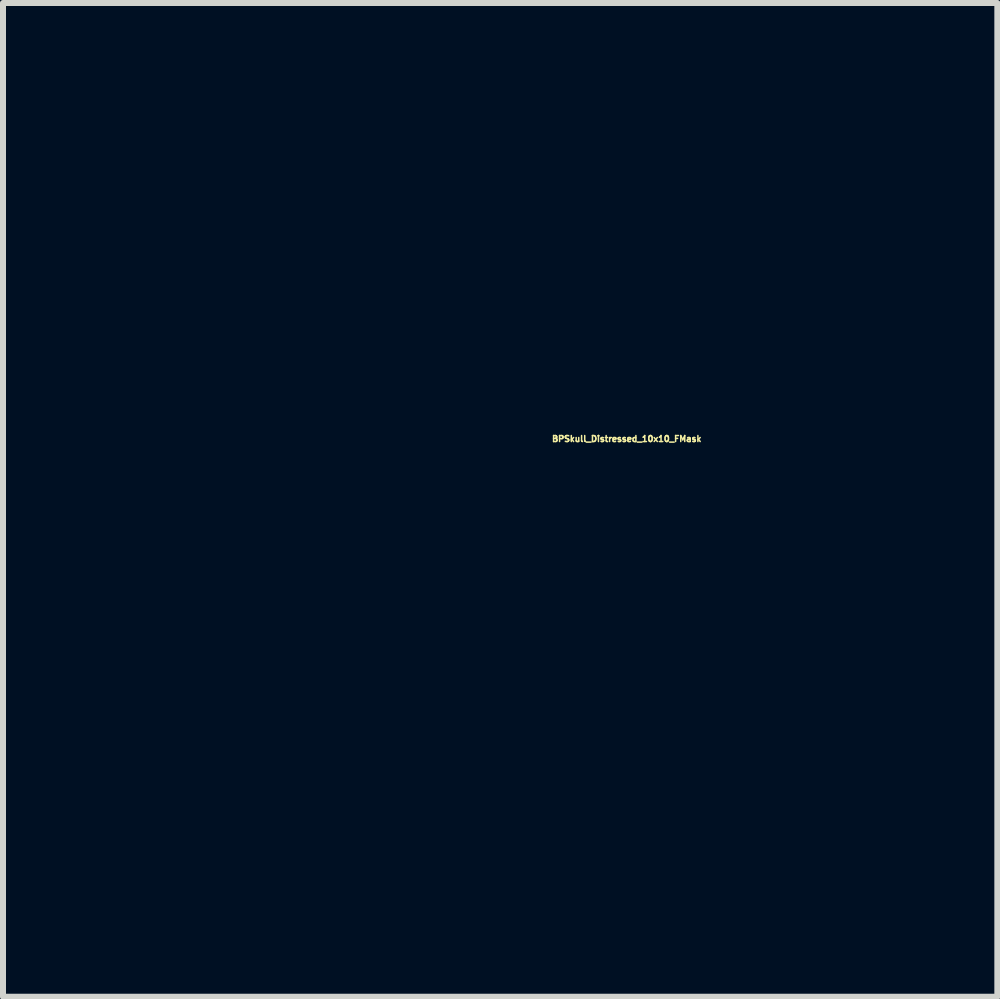
<source format=kicad_pcb>
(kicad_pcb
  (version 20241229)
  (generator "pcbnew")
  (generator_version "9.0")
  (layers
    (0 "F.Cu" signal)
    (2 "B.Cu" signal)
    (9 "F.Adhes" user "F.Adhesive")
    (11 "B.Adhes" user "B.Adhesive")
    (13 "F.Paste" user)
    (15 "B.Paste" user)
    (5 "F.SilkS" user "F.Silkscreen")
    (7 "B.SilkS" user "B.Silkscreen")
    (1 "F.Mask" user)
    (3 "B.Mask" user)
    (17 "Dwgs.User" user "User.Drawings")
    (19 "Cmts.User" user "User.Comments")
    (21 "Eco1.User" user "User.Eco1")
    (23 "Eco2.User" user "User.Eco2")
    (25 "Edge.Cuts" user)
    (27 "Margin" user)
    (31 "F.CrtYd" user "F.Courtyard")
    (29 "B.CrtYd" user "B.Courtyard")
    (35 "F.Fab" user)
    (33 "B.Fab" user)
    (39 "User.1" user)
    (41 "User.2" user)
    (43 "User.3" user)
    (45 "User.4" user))
  (footprint "BPSkull_Distressed_10x10_FMask"
    (layer "F.Cu")
    (at 5.259 5.278)
    (property "Reference" "BPSkull_Distressed_10x10_FMask" (at 2.134 -1.016 0) (layer "F.SilkS") (effects (font (size 0.1 0.1) (thickness 0.025))))
    (attr through_hole)
    (fp_poly (pts (xy -2.543 -0.958) (xy -2.4 -0.861) (xy -2.374 -0.842) (xy -2.13 -0.66) (xy -2.11 -0.828) (xy -2.09 -0.937) (xy -2.057 -0.987) (xy -2.012 -0.996) (xy -1.968 -0.987) (xy -1.942 -0.945) (xy -1.928 -0.854) (xy -1.922 -0.766) (xy -1.911 -0.536) (xy -1.662 -0.559) (xy -1.515 -0.569) (xy -1.425 -0.56) (xy -1.373 -0.532) (xy -1.363 -0.522) (xy -1.335 -0.448) (xy -1.355 -0.397) (xy -1.393 -0.362) (xy -1.463 -0.345) (xy -1.584 -0.343) (xy -1.656 -0.346) (xy -1.915 -0.36) (xy -1.915 -0.165) (xy -1.928 -0.023) (xy -1.963 0.068) (xy -2.015 0.097) (xy -2.064 0.069) (xy -2.096 0.000428) (xy -2.11 -0.102) (xy -2.11 -0.106) (xy -2.115 -0.193) (xy -2.128 -0.234) (xy -2.13 -0.234) (xy -2.168 -0.213) (xy -2.252 -0.156) (xy -2.365 -0.075) (xy -2.388 -0.059) (xy -2.521 0.037) (xy -2.606 0.092) (xy -2.659 0.112) (xy -2.693 0.105) (xy -2.709 0.091) (xy -2.724 0.04) (xy -2.733 -0.062) (xy -2.735 -0.147) (xy -2.735 -0.359) (xy -2.98 -0.351) (xy -3.145 -0.346) (xy -3.247 -0.348) (xy -3.3 -0.363) (xy -3.318 -0.393) (xy -3.316 -0.445) (xy -3.315 -0.45) (xy -2.54 -0.45) (xy -2.537 -0.31) (xy -2.521 -0.237) (xy -2.479 -0.226) (xy -2.4 -0.274) (xy -2.291 -0.361) (xy -2.18 -0.453) (xy -2.311 -0.552) (xy -2.429 -0.639) (xy -2.498 -0.674) (xy -2.53 -0.652) (xy -2.539 -0.565) (xy -2.54 -0.45) (xy -3.315 -0.45) (xy -3.314 -0.459) (xy -3.302 -0.567) (xy -2.735 -0.539) (xy -2.735 -0.759) (xy -2.728 -0.9) (xy -2.699 -0.979) (xy -2.64 -0.998) (xy -2.543 -0.958)) (stroke (width 0.01) (type solid)) (fill yes) (layer "F.Mask"))
    (fp_poly (pts (xy -0.127 -5.271) (xy 0.139 -5.264) (xy 0.175 -5.263) (xy 0.485 -5.253) (xy 0.737 -5.239) (xy 0.95 -5.22) (xy 1.146 -5.19) (xy 1.344 -5.149) (xy 1.564 -5.093) (xy 1.817 -5.021) (xy 2.336 -4.833) (xy 2.85 -4.577) (xy 3.345 -4.262) (xy 3.806 -3.895) (xy 3.974 -3.741) (xy 4.235 -3.479) (xy 4.437 -3.257) (xy 4.579 -3.075) (xy 4.658 -2.936) (xy 4.675 -2.84) (xy 4.674 -2.837) (xy 4.667 -2.748) (xy 4.699 -2.714) (xy 4.75 -2.738) (xy 4.785 -2.741) (xy 4.83 -2.693) (xy 4.894 -2.587) (xy 4.94 -2.497) (xy 5.006 -2.353) (xy 5.056 -2.224) (xy 5.079 -2.135) (xy 5.08 -2.124) (xy 5.093 -2.054) (xy 5.116 -2.032) (xy 5.146 -1.996) (xy 5.18 -1.896) (xy 5.215 -1.75) (xy 5.249 -1.571) (xy 5.277 -1.374) (xy 5.298 -1.175) (xy 5.303 -1.094) (xy 5.302 -0.761) (xy 5.26 -0.466) (xy 5.179 -0.222) (xy 5.112 -0.103) (xy 5.049 -0.023) (xy 4.947 0.096) (xy 4.824 0.233) (xy 4.741 0.322) (xy 4.623 0.45) (xy 4.529 0.559) (xy 4.47 0.635) (xy 4.455 0.664) (xy 4.429 0.698) (xy 4.349 0.69) (xy 4.211 0.639) (xy 4.015 0.545) (xy 3.862 0.464) (xy 3.768 0.399) (xy 3.725 0.33) (xy 3.724 0.238) (xy 3.754 0.103) (xy 3.771 0.039) (xy 3.801 -0.156) (xy 4.885 -0.156) (xy 4.914 -0.118) (xy 4.924 -0.117) (xy 4.962 -0.147) (xy 4.963 -0.156) (xy 4.933 -0.194) (xy 4.924 -0.195) (xy 4.886 -0.166) (xy 4.885 -0.156) (xy 3.801 -0.156) (xy 3.825 -0.306) (xy 3.809 -0.664) (xy 3.729 -1.019) (xy 3.706 -1.075) (xy 5.119 -1.075) (xy 5.139 -1.055) (xy 5.158 -1.075) (xy 5.139 -1.094) (xy 5.119 -1.075) (xy 3.706 -1.075) (xy 3.589 -1.358) (xy 3.392 -1.665) (xy 3.279 -1.792) (xy 4.402 -1.792) (xy 4.406 -1.753) (xy 4.454 -1.667) (xy 4.545 -1.538) (xy 4.553 -1.528) (xy 4.67 -1.391) (xy 4.767 -1.309) (xy 4.839 -1.286) (xy 4.87 -1.316) (xy 4.976 -1.316) (xy 4.981 -1.292) (xy 5.002 -1.29) (xy 5.034 -1.304) (xy 5.028 -1.316) (xy 4.982 -1.32) (xy 4.976 -1.316) (xy 4.87 -1.316) (xy 4.879 -1.324) (xy 4.885 -1.371) (xy 4.855 -1.451) (xy 4.787 -1.535) (xy 4.706 -1.592) (xy 4.672 -1.601) (xy 4.622 -1.627) (xy 4.545 -1.689) (xy 4.526 -1.707) (xy 4.441 -1.779) (xy 4.402 -1.792) (xy 3.279 -1.792) (xy 3.245 -1.831) (xy 3.202 -1.869) (xy 4.537 -1.869) (xy 4.565 -1.842) (xy 4.572 -1.837) (xy 4.631 -1.802) (xy 4.649 -1.813) (xy 4.65 -1.837) (xy 4.618 -1.869) (xy 4.582 -1.875) (xy 4.537 -1.869) (xy 3.202 -1.869) (xy 3.106 -1.953) (xy 2.947 -2.07) (xy 2.85 -2.13) (xy 2.745 -2.184) (xy 2.654 -2.219) (xy 2.553 -2.237) (xy 2.419 -2.245) (xy 2.247 -2.247) (xy 2.061 -2.245) (xy 1.932 -2.236) (xy 1.836 -2.217) (xy 1.751 -2.183) (xy 1.676 -2.141) (xy 1.56 -2.059) (xy 1.422 -1.941) (xy 1.29 -1.812) (xy 1.278 -1.799) (xy 1.173 -1.69) (xy 1.085 -1.608) (xy 1.031 -1.566) (xy 1.023 -1.563) (xy 0.981 -1.591) (xy 0.897 -1.667) (xy 0.778 -1.783) (xy 0.634 -1.93) (xy 0.473 -2.097) (xy 0.305 -2.276) (xy 0.137 -2.457) (xy -0.02 -2.632) (xy -0.128 -2.755) (xy 0.656 -2.755) (xy 0.668 -2.685) (xy 0.673 -2.672) (xy 0.708 -2.613) (xy 0.75 -2.611) (xy 0.807 -2.645) (xy 0.87 -2.694) (xy 0.872 -2.734) (xy 0.837 -2.778) (xy 0.774 -2.825) (xy 0.708 -2.807) (xy 0.703 -2.804) (xy 0.656 -2.755) (xy -0.128 -2.755) (xy -0.158 -2.79) (xy -0.192 -2.829) (xy 2.23 -2.829) (xy 2.244 -2.797) (xy 2.289 -2.758) (xy 2.353 -2.722) (xy 2.381 -2.719) (xy 2.367 -2.752) (xy 2.322 -2.791) (xy 2.258 -2.827) (xy 2.23 -2.829) (xy -0.192 -2.829) (xy -0.224 -2.868) (xy -0.275 -2.931) (xy 4.181 -2.931) (xy 4.196 -2.899) (xy 4.207 -2.905) (xy 4.212 -2.951) (xy 4.207 -2.957) (xy 4.184 -2.951) (xy 4.181 -2.931) (xy -0.275 -2.931) (xy -0.386 -3.068) (xy -0.117 -3.068) (xy -0.098 -3.048) (xy -0.078 -3.068) (xy -0.098 -3.087) (xy -0.117 -3.068) (xy -0.386 -3.068) (xy -0.423 -3.113) (xy -0.479 -3.185) (xy 2.007 -3.185) (xy 2.009 -3.098) (xy 2.011 -3.091) (xy 2.051 -3.02) (xy 2.104 -3.024) (xy 2.153 -3.072) (xy 2.182 -3.127) (xy 2.15 -3.174) (xy 2.13 -3.189) (xy 2.052 -3.219) (xy 2.007 -3.185) (xy -0.479 -3.185) (xy -0.51 -3.224) (xy 4.377 -3.224) (xy 4.396 -3.204) (xy 4.416 -3.224) (xy 4.396 -3.243) (xy 4.377 -3.224) (xy -0.51 -3.224) (xy -0.626 -3.372) (xy -0.665 -3.423) (xy 1.731 -3.423) (xy 1.758 -3.4) (xy 1.821 -3.365) (xy 1.829 -3.378) (xy 1.824 -3.387) (xy 2.631 -3.387) (xy 2.637 -3.363) (xy 2.657 -3.361) (xy 2.689 -3.375) (xy 2.683 -3.387) (xy 2.637 -3.391) (xy 2.631 -3.387) (xy 1.824 -3.387) (xy 1.817 -3.4) (xy 1.76 -3.437) (xy 1.746 -3.438) (xy 1.731 -3.423) (xy -0.665 -3.423) (xy -0.797 -3.597) (xy 0.279 -3.597) (xy 0.292 -3.558) (xy 0.341 -3.534) (xy 0.358 -3.54) (xy 0.374 -3.582) (xy 0.356 -3.607) (xy 0.303 -3.629) (xy 0.279 -3.597) (xy -0.797 -3.597) (xy -0.829 -3.638) (xy -0.856 -3.674) (xy 1.416 -3.674) (xy 1.458 -3.625) (xy 1.466 -3.619) (xy 1.542 -3.586) (xy 1.607 -3.591) (xy 1.634 -3.63) (xy 1.631 -3.646) (xy 1.579 -3.714) (xy 1.504 -3.743) (xy 1.439 -3.721) (xy 1.416 -3.674) (xy -0.856 -3.674) (xy -0.968 -3.826) (xy -0.272 -3.826) (xy -0.259 -3.77) (xy -0.22 -3.729) (xy -0.194 -3.733) (xy -0.176 -3.777) (xy -0.199 -3.814) (xy -0.251 -3.853) (xy -0.272 -3.826) (xy -0.968 -3.826) (xy -1.024 -3.902) (xy -1.07 -3.966) (xy -0.313 -3.966) (xy -0.293 -3.947) (xy -0.274 -3.966) (xy -0.293 -3.986) (xy -0.313 -3.966) (xy -1.07 -3.966) (xy -1.114 -4.027) (xy 2.831 -4.027) (xy 2.841 -4.011) (xy 2.897 -3.987) (xy 2.93 -4.029) (xy 2.931 -4.044) (xy 2.911 -4.096) (xy 2.894 -4.103) (xy 2.843 -4.077) (xy 2.831 -4.027) (xy -1.114 -4.027) (xy -1.206 -4.155) (xy -1.22 -4.175) (xy -0.026 -4.175) (xy -0.014 -4.123) (xy 0.041 -4.073) (xy 0.13 -4.072) (xy 0.19 -4.099) (xy 0.222 -4.142) (xy 0.199 -4.213) (xy 0.198 -4.215) (xy 0.131 -4.284) (xy 0.056 -4.293) (xy -0.004 -4.253) (xy -0.026 -4.175) (xy -1.22 -4.175) (xy -1.298 -4.287) (xy -0.752 -4.287) (xy -0.716 -4.24) (xy -0.711 -4.236) (xy -0.641 -4.208) (xy -0.583 -4.217) (xy -0.566 -4.257) (xy -0.573 -4.273) (xy -0.632 -4.364) (xy -0.676 -4.389) (xy -0.719 -4.356) (xy -0.724 -4.349) (xy -0.752 -4.287) (xy -1.298 -4.287) (xy -1.37 -4.39) (xy -1.475 -4.548) (xy -1.003 -4.548) (xy -0.996 -4.533) (xy -0.961 -4.496) (xy -0.955 -4.494) (xy -0.938 -4.524) (xy -0.938 -4.533) (xy -0.952 -4.55) (xy 2.203 -4.55) (xy 2.228 -4.481) (xy 2.249 -4.458) (xy 2.332 -4.398) (xy 2.389 -4.411) (xy 2.415 -4.482) (xy 2.398 -4.554) (xy 2.338 -4.585) (xy 2.243 -4.59) (xy 2.203 -4.55) (xy -0.952 -4.55) (xy -0.968 -4.57) (xy -0.979 -4.572) (xy -1.003 -4.548) (xy -1.475 -4.548) (xy -1.509 -4.599) (xy -1.617 -4.772) (xy -1.689 -4.902) (xy -1.719 -4.98) (xy -1.719 -4.986) (xy -1.716 -5.017) (xy -1.697 -5.042) (xy -1.653 -5.064) (xy -1.571 -5.089) (xy -1.44 -5.119) (xy -1.249 -5.158) (xy -1.129 -5.181) (xy -0.943 -5.217) (xy -0.789 -5.243) (xy -0.648 -5.26) (xy -0.503 -5.27) (xy -0.335 -5.273) (xy -0.127 -5.271)) (stroke (width 0.01) (type solid)) (fill yes) (layer "F.Mask"))
    (fp_poly (pts (xy -2.439 -4.757) (xy -2.413 -4.72) (xy -2.354 -4.628) (xy -2.271 -4.497) (xy -2.172 -4.337) (xy -2.152 -4.306) (xy -2.02 -4.1) (xy -1.86 -3.862) (xy -1.693 -3.622) (xy -1.543 -3.415) (xy -1.41 -3.233) (xy -1.319 -3.104) (xy -1.267 -3.016) (xy -1.247 -2.962) (xy -1.255 -2.932) (xy -1.266 -2.923) (xy -1.309 -2.869) (xy -1.327 -2.792) (xy -1.317 -2.724) (xy -1.28 -2.697) (xy -1.184 -2.731) (xy -1.129 -2.804) (xy -1.1 -2.8) (xy -1.037 -2.745) (xy -0.954 -2.649) (xy -0.938 -2.629) (xy -0.759 -2.411) (xy -0.539 -2.157) (xy -0.291 -1.884) (xy -0.032 -1.609) (xy 0.223 -1.349) (xy 0.457 -1.119) (xy 0.612 -0.975) (xy 0.719 -0.876) (xy 0.781 -0.797) (xy 0.814 -0.71) (xy 0.834 -0.586) (xy 0.838 -0.545) (xy 0.913 -0.113) (xy 1.039 0.265) (xy 1.214 0.588) (xy 1.435 0.853) (xy 1.702 1.057) (xy 2.013 1.198) (xy 2.214 1.251) (xy 2.499 1.273) (xy 2.777 1.223) (xy 3.058 1.099) (xy 3.07 1.093) (xy 3.273 0.976) (xy 3.572 1.118) (xy 3.87 1.26) (xy 3.749 1.46) (xy 3.594 1.737) (xy 3.474 1.993) (xy 3.387 2.246) (xy 3.328 2.514) (xy 3.293 2.814) (xy 3.277 3.164) (xy 3.275 3.4) (xy 3.272 3.694) (xy 3.263 3.917) (xy 3.247 4.072) (xy 3.224 4.166) (xy 3.224 4.168) (xy 3.185 4.232) (xy 3.117 4.298) (xy 3.007 4.376) (xy 2.844 4.475) (xy 2.749 4.529) (xy 2.583 4.62) (xy 2.44 4.695) (xy 2.335 4.747) (xy 2.281 4.767) (xy 2.28 4.767) (xy 2.259 4.735) (xy 2.242 4.635) (xy 2.23 4.464) (xy 2.221 4.243) (xy 2.214 4.024) (xy 2.205 3.869) (xy 2.191 3.761) (xy 2.171 3.686) (xy 2.141 3.629) (xy 2.126 3.608) (xy 2.013 3.514) (xy 1.979 3.506) (xy 2.508 3.506) (xy 2.528 3.531) (xy 2.586 3.546) (xy 2.639 3.504) (xy 2.648 3.485) (xy 2.629 3.448) (xy 2.582 3.439) (xy 2.512 3.458) (xy 2.508 3.506) (xy 1.979 3.506) (xy 1.876 3.481) (xy 1.734 3.506) (xy 1.607 3.587) (xy 1.537 3.681) (xy 1.51 3.742) (xy 1.491 3.819) (xy 1.478 3.925) (xy 1.471 4.074) (xy 1.467 4.279) (xy 1.466 4.455) (xy 1.465 5.1) (xy 1.075 5.188) (xy 0.89 5.225) (xy 0.717 5.252) (xy 0.579 5.265) (xy 0.528 5.266) (xy 0.371 5.256) (xy 0.37 4.766) (xy 0.368 4.552) (xy 0.361 4.4) (xy 0.347 4.292) (xy 0.325 4.212) (xy 0.291 4.143) (xy 0.29 4.141) (xy 0.183 4.019) (xy 0.054 3.957) (xy -0.082 3.958) (xy -0.204 4.023) (xy -0.263 4.092) (xy -0.293 4.152) (xy -0.314 4.237) (xy -0.329 4.36) (xy -0.339 4.535) (xy -0.346 4.736) (xy -0.359 5.275) (xy -0.522 5.272) (xy -0.653 5.262) (xy -0.815 5.238) (xy -0.918 5.218) (xy -1.072 5.183) (xy -1.216 5.149) (xy -1.29 5.131) (xy -1.426 5.095) (xy -1.449 4.449) (xy -1.46 4.193) (xy -1.472 4.001) (xy -1.488 3.86) (xy -1.508 3.756) (xy -1.535 3.676) (xy -1.547 3.651) (xy -1.603 3.552) (xy -1.666 3.505) (xy -1.766 3.487) (xy -1.786 3.485) (xy -1.935 3.489) (xy -2.048 3.529) (xy -2.129 3.612) (xy -2.184 3.747) (xy -2.215 3.942) (xy -2.227 4.204) (xy -2.227 4.294) (xy -2.227 4.765) (xy -2.335 4.725) (xy -2.461 4.669) (xy -2.613 4.589) (xy -2.775 4.495) (xy -2.933 4.396) (xy -3.07 4.303) (xy -3.171 4.224) (xy -3.221 4.17) (xy -3.224 4.163) (xy -3.23 4.1) (xy -3.237 3.972) (xy -3.244 3.795) (xy -3.25 3.582) (xy -3.255 3.393) (xy -1.309 3.393) (xy -1.297 3.431) (xy -1.243 3.502) (xy -1.204 3.544) (xy -1.103 3.638) (xy -1.038 3.673) (xy -1.016 3.647) (xy -1.016 3.647) (xy -1.042 3.604) (xy -1.105 3.538) (xy -1.185 3.469) (xy -1.258 3.413) (xy -1.304 3.391) (xy -1.309 3.393) (xy -3.255 3.393) (xy -3.255 3.385) (xy 1.655 3.385) (xy 1.661 3.4) (xy 1.696 3.437) (xy 1.702 3.439) (xy 1.719 3.409) (xy 1.719 3.4) (xy 1.689 3.362) (xy 1.678 3.361) (xy 1.655 3.385) (xy -3.255 3.385) (xy -3.255 3.38) (xy -3.261 3.127) (xy -3.262 3.092) (xy -1.829 3.092) (xy -1.796 3.156) (xy -1.71 3.243) (xy -1.622 3.32) (xy -1.57 3.352) (xy -1.532 3.349) (xy -1.502 3.331) (xy -1.479 3.304) (xy -1.244 3.304) (xy -1.23 3.319) (xy -1.204 3.32) (xy -1.132 3.3) (xy -1.112 3.28) (xy -1.097 3.23) (xy -1.134 3.226) (xy -1.195 3.262) (xy -1.244 3.304) (xy -1.479 3.304) (xy -1.437 3.255) (xy -1.439 3.174) (xy -1.463 3.146) (xy 1.719 3.146) (xy 1.739 3.165) (xy 1.758 3.146) (xy 1.739 3.126) (xy 1.719 3.146) (xy -1.463 3.146) (xy -1.497 3.104) (xy -1.602 3.058) (xy -1.693 3.048) (xy -1.795 3.058) (xy -1.829 3.092) (xy -3.262 3.092) (xy -3.268 2.934) (xy -3.269 2.919) (xy 2.309 2.919) (xy 2.327 2.93) (xy 2.345 2.931) (xy 2.383 2.901) (xy 2.384 2.892) (xy 2.416 2.86) (xy 2.462 2.853) (xy 2.525 2.829) (xy 2.535 2.773) (xy 2.489 2.713) (xy 2.465 2.698) (xy 2.41 2.682) (xy 2.374 2.718) (xy 2.348 2.781) (xy 2.316 2.876) (xy 2.309 2.919) (xy -3.269 2.919) (xy -3.275 2.833) (xy -2.188 2.833) (xy -2.169 2.853) (xy -2.149 2.833) (xy -2.169 2.814) (xy -2.188 2.833) (xy -3.275 2.833) (xy -3.278 2.785) (xy -3.295 2.661) (xy -3.32 2.545) (xy -3.349 2.442) (xy -2.696 2.442) (xy -2.677 2.462) (xy -2.657 2.442) (xy 2.306 2.442) (xy 2.325 2.462) (xy 2.345 2.442) (xy 2.325 2.423) (xy 2.306 2.442) (xy -2.657 2.442) (xy -2.677 2.423) (xy -2.696 2.442) (xy -3.349 2.442) (xy -3.356 2.419) (xy -3.374 2.364) (xy -2.579 2.364) (xy -2.56 2.384) (xy -2.557 2.381) (xy -1.211 2.381) (xy -1.183 2.421) (xy -1.172 2.423) (xy -1.134 2.409) (xy -1.133 2.406) (xy -1.161 2.372) (xy -1.172 2.364) (xy -1.208 2.367) (xy -1.211 2.381) (xy -2.557 2.381) (xy -2.54 2.364) (xy -2.56 2.345) (xy -2.579 2.364) (xy -3.374 2.364) (xy -3.405 2.267) (xy -3.405 2.266) (xy -2.735 2.266) (xy -2.721 2.299) (xy -2.709 2.293) (xy -2.707 2.271) (xy -1.933 2.271) (xy -1.927 2.302) (xy -1.886 2.356) (xy -1.819 2.377) (xy -1.756 2.366) (xy -1.727 2.322) (xy -1.728 2.307) (xy -1.771 2.258) (xy -1.844 2.235) (xy -1.917 2.235) (xy -1.933 2.271) (xy -2.707 2.271) (xy -2.705 2.246) (xy -2.709 2.24) (xy -2.733 2.246) (xy -2.735 2.266) (xy -3.405 2.266) (xy -3.412 2.247) (xy -3.508 1.985) (xy -3.586 1.817) (xy -2.609 1.817) (xy -2.601 1.861) (xy -2.53 1.885) (xy -2.442 1.87) (xy -2.37 1.816) (xy -2.364 1.802) (xy -1.485 1.802) (xy -1.459 1.835) (xy -1.405 1.829) (xy -1.359 1.79) (xy -1.355 1.782) (xy -1.349 1.719) (xy -1.354 1.71) (xy -0.503 1.71) (xy -0.475 1.884) (xy -0.43 1.993) (xy -0.313 2.149) (xy -0.165 2.241) (xy 0.002 2.267) (xy 0.172 2.224) (xy 0.294 2.143) (xy 0.422 2.015) (xy 0.433 1.997) (xy 2.053 1.997) (xy 2.057 2.035) (xy 2.102 2.044) (xy 2.197 2.03) (xy 2.319 1.992) (xy 2.419 1.934) (xy 2.432 1.923) (xy 2.511 1.844) (xy 2.386 1.779) (xy 2.296 1.739) (xy 2.234 1.739) (xy 2.166 1.776) (xy 2.096 1.837) (xy 2.068 1.886) (xy 2.058 1.967) (xy 2.053 1.997) (xy 0.433 1.997) (xy 0.503 1.887) (xy 0.539 1.746) (xy 0.534 1.661) (xy 2.345 1.661) (xy 2.364 1.68) (xy 2.384 1.661) (xy 2.364 1.641) (xy 2.345 1.661) (xy 0.534 1.661) (xy 0.53 1.579) (xy 0.477 1.372) (xy 0.39 1.128) (xy 0.302 0.904) (xy 0.235 0.743) (xy 0.184 0.635) (xy 0.143 0.568) (xy 0.107 0.531) (xy 0.069 0.516) (xy 0.064 0.515) (xy -0.024 0.53) (xy -0.116 0.613) (xy -0.211 0.765) (xy -0.313 0.99) (xy -0.416 1.267) (xy -0.484 1.51) (xy -0.503 1.71) (xy -1.354 1.71) (xy -1.357 1.704) (xy -1.4 1.705) (xy -1.454 1.745) (xy -1.484 1.796) (xy -1.485 1.802) (xy -2.364 1.802) (xy -2.345 1.755) (xy -2.375 1.713) (xy -2.445 1.703) (xy -2.523 1.727) (xy -2.546 1.744) (xy -2.609 1.817) (xy -3.586 1.817) (xy -3.615 1.755) (xy -3.744 1.537) (xy -3.753 1.525) (xy -1.714 1.525) (xy -1.711 1.539) (xy -1.685 1.573) (xy -1.626 1.628) (xy -1.591 1.641) (xy -1.563 1.634) (xy -1.566 1.63) (xy -1.607 1.601) (xy -1.661 1.562) (xy -1.714 1.525) (xy -3.753 1.525) (xy -3.839 1.407) (xy -3.556 1.407) (xy -3.542 1.439) (xy -3.53 1.433) (xy -3.525 1.386) (xy -3.53 1.381) (xy -3.553 1.386) (xy -3.556 1.407) (xy -3.839 1.407) (xy -3.909 1.311) (xy -3.94 1.274) (xy -1.168 1.274) (xy -1.158 1.328) (xy -1.147 1.341) (xy -1.099 1.348) (xy -1.059 1.309) (xy -1.055 1.287) (xy -1.087 1.255) (xy -1.114 1.25) (xy -1.168 1.274) (xy -3.94 1.274) (xy -4.12 1.059) (xy -4.158 1.016) (xy -4.025 1.016) (xy -3.993 1.051) (xy -3.966 1.055) (xy -3.914 1.034) (xy -3.908 1.016) (xy -3.939 0.981) (xy -3.966 0.977) (xy -4.018 0.998) (xy -4.025 1.016) (xy -4.158 1.016) (xy -4.425 0.715) (xy -4.644 0.464) (xy -4.672 0.431) (xy -4.33 0.431) (xy -4.287 0.454) (xy -4.226 0.45) (xy -4.135 0.448) (xy -4.082 0.471) (xy -4.082 0.471) (xy -4.051 0.505) (xy -4.046 0.469) (xy -4.066 0.365) (xy -4.074 0.332) (xy -3.986 0.332) (xy -3.966 0.352) (xy -3.947 0.332) (xy -3.966 0.313) (xy -3.986 0.332) (xy -4.074 0.332) (xy -4.084 0.293) (xy -4.109 0.213) (xy -4.025 0.213) (xy -4.005 0.266) (xy -3.986 0.274) (xy -3.948 0.245) (xy -3.947 0.237) (xy -3.975 0.184) (xy -3.986 0.176) (xy -4.019 0.185) (xy -4.025 0.213) (xy -4.109 0.213) (xy -4.115 0.194) (xy -4.134 0.167) (xy -4.14 0.196) (xy -4.176 0.294) (xy -4.228 0.333) (xy -4.31 0.386) (xy -4.33 0.431) (xy -4.672 0.431) (xy -4.821 0.255) (xy -4.921 0.13) (xy -4.442 0.13) (xy -4.436 0.153) (xy -4.416 0.156) (xy -4.384 0.142) (xy -4.39 0.13) (xy -4.436 0.126) (xy -4.442 0.13) (xy -4.921 0.13) (xy -4.96 0.081) (xy -5.004 0.02) (xy -4.181 0.02) (xy -4.162 0.039) (xy -4.142 0.02) (xy -4.162 0) (xy -4.181 0.02) (xy -5.004 0.02) (xy -5.066 -0.068) (xy -5.143 -0.199) (xy -5.196 -0.321) (xy -5.228 -0.441) (xy -5.229 -0.448) (xy -3.788 -0.448) (xy -3.757 -0.054) (xy -3.731 0.07) (xy -3.646 0.348) (xy -3.526 0.581) (xy -3.354 0.801) (xy -3.319 0.839) (xy -3.068 1.056) (xy -2.799 1.197) (xy -2.511 1.262) (xy -2.204 1.251) (xy -1.887 1.166) (xy -1.658 1.044) (xy -1.459 0.879) (xy -0.899 0.879) (xy -0.879 0.899) (xy -0.86 0.879) (xy -0.879 0.86) (xy -0.899 0.879) (xy -1.459 0.879) (xy -1.435 0.859) (xy -1.229 0.626) (xy -1.053 0.358) (xy -0.919 0.071) (xy -0.876 -0.059) (xy -0.816 -0.379) (xy -0.81 -0.721) (xy -0.854 -1.063) (xy -0.946 -1.382) (xy -1.074 -1.641) (xy -1.278 -1.899) (xy -1.519 -2.092) (xy -1.785 -2.22) (xy -2.069 -2.281) (xy -2.362 -2.276) (xy -2.654 -2.202) (xy -2.935 -2.058) (xy -3.198 -1.846) (xy -3.205 -1.838) (xy -3.452 -1.536) (xy -3.633 -1.198) (xy -3.746 -0.832) (xy -3.788 -0.448) (xy -5.229 -0.448) (xy -5.246 -0.569) (xy -5.251 -0.667) (xy -4.914 -0.667) (xy -4.909 -0.664) (xy -4.873 -0.692) (xy -4.866 -0.702) (xy -4.163 -0.702) (xy -4.159 -0.615) (xy -4.143 -0.539) (xy -4.12 -0.508) (xy -4.114 -0.543) (xy -4.112 -0.629) (xy -4.113 -0.664) (xy -4.123 -0.758) (xy -4.143 -0.775) (xy -4.152 -0.763) (xy -4.163 -0.702) (xy -4.866 -0.702) (xy -4.865 -0.703) (xy -4.855 -0.74) (xy -4.86 -0.742) (xy -4.896 -0.715) (xy -4.904 -0.703) (xy -4.914 -0.667) (xy -5.251 -0.667) (xy -5.253 -0.711) (xy -5.254 -0.877) (xy -5.254 -0.957) (xy -5.252 -1.18) (xy -5.249 -1.27) (xy -4.689 -1.27) (xy -4.67 -1.25) (xy -4.65 -1.27) (xy -4.67 -1.29) (xy -4.611 -1.29) (xy -4.579 -1.255) (xy -4.552 -1.25) (xy -4.5 -1.272) (xy -4.494 -1.29) (xy -4.517 -1.315) (xy -3.882 -1.315) (xy -3.865 -1.259) (xy -3.857 -1.246) (xy -3.819 -1.194) (xy -3.794 -1.21) (xy -3.775 -1.25) (xy -3.754 -1.321) (xy -3.759 -1.349) (xy -3.808 -1.355) (xy -3.842 -1.346) (xy -3.882 -1.315) (xy -4.517 -1.315) (xy -4.525 -1.324) (xy -4.552 -1.329) (xy -4.604 -1.308) (xy -4.611 -1.29) (xy -4.67 -1.29) (xy -4.689 -1.27) (xy -5.249 -1.27) (xy -5.246 -1.347) (xy -5.244 -1.368) (xy -4.142 -1.368) (xy -4.114 -1.33) (xy -4.105 -1.329) (xy -4.052 -1.357) (xy -4.044 -1.368) (xy -4.053 -1.401) (xy -4.081 -1.407) (xy -4.135 -1.386) (xy -4.142 -1.368) (xy -5.244 -1.368) (xy -5.233 -1.48) (xy -5.209 -1.602) (xy -5.171 -1.735) (xy -5.116 -1.902) (xy -5.109 -1.921) (xy -5.107 -1.928) (xy -4.924 -1.928) (xy -4.903 -1.886) (xy -4.829 -1.885) (xy -4.819 -1.887) (xy -4.714 -1.882) (xy -4.66 -1.852) (xy -4.581 -1.801) (xy -4.522 -1.825) (xy -4.512 -1.838) (xy -4.512 -1.899) (xy -4.557 -1.954) (xy -4.618 -1.972) (xy -4.627 -1.969) (xy -4.69 -1.98) (xy -4.726 -2.01) (xy -4.727 -2.01) (xy -4.181 -2.01) (xy -4.174 -1.963) (xy -4.135 -1.961) (xy -4.086 -1.978) (xy -4.045 -2.011) (xy -4.067 -2.056) (xy -4.128 -2.09) (xy -4.172 -2.057) (xy -4.181 -2.01) (xy -4.727 -2.01) (xy -4.794 -2.042) (xy -4.869 -2.022) (xy -4.918 -1.961) (xy -4.924 -1.928) (xy -5.107 -1.928) (xy -5.037 -2.122) (xy -4.958 -2.326) (xy -4.889 -2.488) (xy -3.738 -2.488) (xy -3.733 -2.465) (xy -3.712 -2.462) (xy -3.68 -2.476) (xy -3.686 -2.488) (xy -3.733 -2.493) (xy -3.738 -2.488) (xy -4.889 -2.488) (xy -4.883 -2.502) (xy -4.843 -2.586) (xy -4.779 -2.696) (xy -1.563 -2.696) (xy -1.549 -2.664) (xy -1.537 -2.67) (xy -1.532 -2.717) (xy -1.537 -2.722) (xy -1.56 -2.717) (xy -1.563 -2.696) (xy -4.779 -2.696) (xy -4.672 -2.879) (xy -4.533 -3.072) (xy -4.064 -3.072) (xy -4.029 -3.068) (xy -3.943 -3.066) (xy -3.91 -3.066) (xy -3.814 -3.072) (xy -3.785 -3.092) (xy -3.796 -3.113) (xy -3.859 -3.145) (xy -3.887 -3.141) (xy -3.949 -3.147) (xy -3.965 -3.163) (xy -3.967 -3.208) (xy -3.917 -3.229) (xy -3.84 -3.22) (xy -3.771 -3.188) (xy -3.703 -3.154) (xy -3.673 -3.161) (xy -3.673 -3.162) (xy -3.701 -3.216) (xy -3.709 -3.222) (xy -3.729 -3.272) (xy -3.724 -3.322) (xy -3.723 -3.38) (xy -3.777 -3.399) (xy -3.804 -3.4) (xy -3.897 -3.425) (xy -3.948 -3.468) (xy -3.98 -3.515) (xy -3.979 -3.495) (xy -3.971 -3.469) (xy -3.97 -3.391) (xy -3.994 -3.279) (xy -4.007 -3.239) (xy -4.041 -3.14) (xy -4.062 -3.08) (xy -4.064 -3.072) (xy -4.533 -3.072) (xy -4.446 -3.19) (xy -4.18 -3.505) (xy -4.046 -3.642) (xy -3.699 -3.642) (xy -3.658 -3.64) (xy -3.601 -3.662) (xy -1.83 -3.662) (xy -1.821 -3.64) (xy -1.781 -3.598) (xy -1.759 -3.607) (xy -1.758 -3.612) (xy -1.786 -3.645) (xy -1.804 -3.657) (xy -1.83 -3.662) (xy -3.601 -3.662) (xy -3.56 -3.678) (xy -3.523 -3.696) (xy -3.44 -3.755) (xy -3.4 -3.817) (xy -3.4 -3.825) (xy -3.393 -3.849) (xy -1.954 -3.849) (xy -1.934 -3.83) (xy -1.915 -3.849) (xy -1.934 -3.869) (xy -1.954 -3.849) (xy -3.393 -3.849) (xy -3.377 -3.907) (xy -3.358 -3.934) (xy -3.353 -3.968) (xy -3.419 -3.995) (xy -3.446 -4.001) (xy -3.565 -3.997) (xy -3.642 -3.94) (xy -3.663 -3.843) (xy -3.657 -3.812) (xy -3.66 -3.725) (xy -3.68 -3.685) (xy -3.699 -3.642) (xy -4.046 -3.642) (xy -3.888 -3.806) (xy -3.584 -4.076) (xy -3.418 -4.206) (xy -3.397 -4.22) (xy -3.087 -4.22) (xy -3.074 -4.182) (xy -3.07 -4.181) (xy -3.036 -4.209) (xy -3.028 -4.22) (xy -3.032 -4.256) (xy -3.046 -4.259) (xy -3.085 -4.231) (xy -3.087 -4.22) (xy -3.397 -4.22) (xy -3.279 -4.303) (xy -3.117 -4.406) (xy -2.947 -4.509) (xy -2.782 -4.604) (xy -2.635 -4.682) (xy -2.52 -4.737) (xy -2.451 -4.759) (xy -2.439 -4.757)) (stroke (width 0.01) (type solid)) (fill yes) (layer "F.Mask")))
  (gr_rect
    (start -3 -3)
    (end 13.568 13.558)
    (stroke (width 0.1) (type default))
    (fill no)
    (layer "Edge.Cuts")))
</source>
